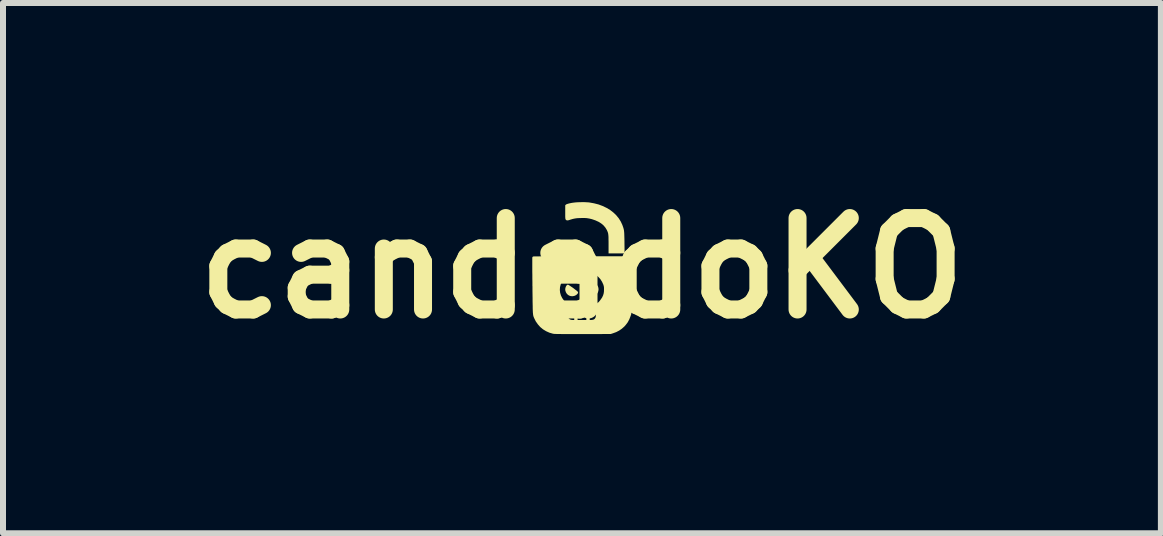
<source format=kicad_pcb>
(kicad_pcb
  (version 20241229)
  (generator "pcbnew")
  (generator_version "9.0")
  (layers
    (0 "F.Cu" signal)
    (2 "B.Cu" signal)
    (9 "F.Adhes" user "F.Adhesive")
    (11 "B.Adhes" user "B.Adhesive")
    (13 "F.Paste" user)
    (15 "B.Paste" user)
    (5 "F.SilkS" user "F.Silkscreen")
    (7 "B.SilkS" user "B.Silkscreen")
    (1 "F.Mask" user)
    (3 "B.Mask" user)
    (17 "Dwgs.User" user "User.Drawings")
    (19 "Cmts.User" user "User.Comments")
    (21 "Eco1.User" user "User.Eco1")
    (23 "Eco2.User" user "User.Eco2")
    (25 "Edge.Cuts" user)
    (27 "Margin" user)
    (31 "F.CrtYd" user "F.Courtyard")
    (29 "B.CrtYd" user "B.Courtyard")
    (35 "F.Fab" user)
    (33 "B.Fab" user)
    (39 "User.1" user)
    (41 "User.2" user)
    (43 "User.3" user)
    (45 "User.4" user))
  (footprint "candadoKO"
    (layer "F.Cu")
    (at 6.648 1.418)
    (property "Reference" "candadoKO" (at 0 0 0) (layer "F.SilkS") (effects (font (size 1.524 1.524) (thickness 0.3))))
    (attr board_only exclude_from_pos_files exclude_from_bom)
    (fp_poly (pts (xy -0.228 0.278) (xy -0.217 0.284) (xy -0.2 0.295) (xy -0.181 0.308) (xy -0.16 0.322) (xy -0.139 0.337) (xy -0.119 0.353) (xy -0.1 0.367) (xy -0.085 0.379) (xy -0.075 0.388) (xy -0.071 0.392) (xy -0.065 0.403) (xy -0.066 0.414) (xy -0.074 0.427) (xy -0.078 0.432) (xy -0.099 0.45) (xy -0.125 0.462) (xy -0.153 0.468) (xy -0.182 0.467) (xy -0.203 0.462) (xy -0.229 0.449) (xy -0.251 0.429) (xy -0.267 0.404) (xy -0.277 0.376) (xy -0.279 0.355) (xy -0.277 0.334) (xy -0.271 0.314) (xy -0.262 0.296) (xy -0.251 0.283) (xy -0.24 0.276) (xy -0.235 0.275)) (stroke (width 0) (type solid)) (fill yes) (layer "F.SilkS"))
    (fp_poly (pts (xy 0.246 0.279) (xy 0.257 0.29) (xy 0.267 0.307) (xy 0.273 0.327) (xy 0.276 0.351) (xy 0.276 0.356) (xy 0.272 0.384) (xy 0.262 0.411) (xy 0.245 0.434) (xy 0.224 0.452) (xy 0.2 0.464) (xy 0.199 0.464) (xy 0.17 0.468) (xy 0.141 0.467) (xy 0.115 0.459) (xy 0.114 0.458) (xy 0.095 0.447) (xy 0.079 0.433) (xy 0.069 0.419) (xy 0.065 0.405) (xy 0.068 0.393) (xy 0.068 0.393) (xy 0.073 0.387) (xy 0.084 0.378) (xy 0.099 0.367) (xy 0.118 0.353) (xy 0.138 0.338) (xy 0.16 0.323) (xy 0.181 0.308) (xy 0.2 0.296) (xy 0.216 0.285) (xy 0.227 0.278) (xy 0.234 0.275) (xy 0.234 0.275)) (stroke (width 0) (type solid)) (fill yes) (layer "F.SilkS"))
    (fp_poly (pts (xy 0.068 -1.098) (xy 0.104 -1.096) (xy 0.123 -1.094) (xy 0.201 -1.08) (xy 0.276 -1.061) (xy 0.345 -1.035) (xy 0.41 -1.004) (xy 0.47 -0.968) (xy 0.523 -0.927) (xy 0.571 -0.881) (xy 0.612 -0.831) (xy 0.646 -0.777) (xy 0.673 -0.719) (xy 0.675 -0.713) (xy 0.682 -0.693) (xy 0.688 -0.676) (xy 0.693 -0.659) (xy 0.697 -0.643) (xy 0.7 -0.626) (xy 0.702 -0.607) (xy 0.704 -0.585) (xy 0.705 -0.559) (xy 0.706 -0.527) (xy 0.707 -0.49) (xy 0.708 -0.446) (xy 0.708 -0.424) (xy 0.71 -0.245) (xy 0.443 -0.245) (xy 0.443 -0.399) (xy 0.443 -0.443) (xy 0.442 -0.479) (xy 0.442 -0.509) (xy 0.441 -0.534) (xy 0.439 -0.554) (xy 0.437 -0.571) (xy 0.434 -0.585) (xy 0.43 -0.598) (xy 0.425 -0.611) (xy 0.419 -0.625) (xy 0.415 -0.634) (xy 0.391 -0.674) (xy 0.36 -0.711) (xy 0.321 -0.744) (xy 0.276 -0.772) (xy 0.223 -0.796) (xy 0.165 -0.816) (xy 0.123 -0.826) (xy 0.104 -0.829) (xy 0.087 -0.832) (xy 0.068 -0.834) (xy 0.045 -0.835) (xy 0.017 -0.835) (xy 0 -0.835) (xy -0.044 -0.834) (xy -0.083 -0.832) (xy -0.118 -0.827) (xy -0.151 -0.82) (xy -0.186 -0.81) (xy -0.198 -0.806) (xy -0.223 -0.798) (xy -0.242 -0.795) (xy -0.256 -0.797) (xy -0.266 -0.803) (xy -0.273 -0.812) (xy -0.275 -0.818) (xy -0.277 -0.826) (xy -0.278 -0.839) (xy -0.279 -0.856) (xy -0.279 -0.879) (xy -0.279 -0.909) (xy -0.279 -0.936) (xy -0.279 -1.047) (xy -0.269 -1.057) (xy -0.262 -1.062) (xy -0.251 -1.067) (xy -0.235 -1.072) (xy -0.214 -1.078) (xy -0.186 -1.084) (xy -0.165 -1.088) (xy -0.135 -1.092) (xy -0.099 -1.096) (xy -0.058 -1.098) (xy -0.016 -1.099) (xy 0.027 -1.1)) (stroke (width 0) (type solid)) (fill yes) (layer "F.SilkS"))
    (fp_poly (pts (xy 0.818 -0.188) (xy 0.83 -0.178) (xy 0.826 0.292) (xy 0.822 0.763) (xy 0.81 0.799) (xy 0.789 0.853) (xy 0.763 0.902) (xy 0.73 0.946) (xy 0.704 0.975) (xy 0.663 1.011) (xy 0.619 1.041) (xy 0.571 1.066) (xy 0.516 1.086) (xy 0.479 1.098) (xy 0.013 1.099) (xy -0.062 1.099) (xy -0.129 1.099) (xy -0.188 1.099) (xy -0.241 1.099) (xy -0.286 1.099) (xy -0.325 1.099) (xy -0.359 1.098) (xy -0.388 1.098) (xy -0.411 1.098) (xy -0.431 1.097) (xy -0.447 1.097) (xy -0.459 1.096) (xy -0.469 1.095) (xy -0.477 1.094) (xy -0.482 1.093) (xy -0.483 1.093) (xy -0.542 1.076) (xy -0.598 1.051) (xy -0.649 1.02) (xy -0.695 0.982) (xy -0.735 0.937) (xy -0.77 0.887) (xy -0.796 0.835) (xy -0.8 0.826) (xy -0.803 0.818) (xy -0.806 0.81) (xy -0.809 0.803) (xy -0.811 0.794) (xy -0.813 0.784) (xy -0.815 0.772) (xy -0.816 0.758) (xy -0.818 0.742) (xy -0.819 0.721) (xy -0.82 0.697) (xy -0.821 0.669) (xy -0.821 0.636) (xy -0.822 0.597) (xy -0.823 0.552) (xy -0.823 0.501) (xy -0.824 0.443) (xy -0.825 0.377) (xy -0.825 0.364) (xy -0.369 0.364) (xy -0.364 0.41) (xy -0.351 0.455) (xy -0.33 0.498) (xy -0.3 0.54) (xy -0.269 0.573) (xy -0.234 0.606) (xy -0.232 0.715) (xy -0.231 0.749) (xy -0.231 0.775) (xy -0.23 0.795) (xy -0.229 0.809) (xy -0.228 0.82) (xy -0.226 0.827) (xy -0.224 0.832) (xy -0.221 0.836) (xy -0.221 0.837) (xy -0.205 0.852) (xy -0.184 0.861) (xy -0.157 0.864) (xy -0.156 0.864) (xy -0.129 0.864) (xy -0.129 0.773) (xy -0.129 0.743) (xy -0.129 0.72) (xy -0.128 0.704) (xy -0.127 0.692) (xy -0.126 0.685) (xy -0.124 0.68) (xy -0.122 0.676) (xy -0.12 0.675) (xy -0.11 0.668) (xy -0.101 0.666) (xy -0.09 0.669) (xy -0.082 0.675) (xy -0.079 0.678) (xy -0.077 0.682) (xy -0.075 0.689) (xy -0.074 0.699) (xy -0.073 0.713) (xy -0.073 0.734) (xy -0.073 0.761) (xy -0.073 0.773) (xy -0.073 0.864) (xy 0.073 0.864) (xy 0.073 0.772) (xy 0.073 0.741) (xy 0.073 0.718) (xy 0.074 0.702) (xy 0.074 0.69) (xy 0.076 0.683) (xy 0.077 0.678) (xy 0.08 0.675) (xy 0.083 0.673) (xy 0.098 0.667) (xy 0.112 0.669) (xy 0.118 0.672) (xy 0.121 0.675) (xy 0.123 0.679) (xy 0.125 0.685) (xy 0.126 0.695) (xy 0.127 0.709) (xy 0.127 0.73) (xy 0.128 0.757) (xy 0.128 0.771) (xy 0.129 0.864) (xy 0.156 0.864) (xy 0.181 0.861) (xy 0.201 0.854) (xy 0.216 0.84) (xy 0.222 0.829) (xy 0.225 0.823) (xy 0.228 0.817) (xy 0.229 0.809) (xy 0.231 0.799) (xy 0.231 0.786) (xy 0.232 0.767) (xy 0.232 0.743) (xy 0.232 0.711) (xy 0.232 0.606) (xy 0.25 0.589) (xy 0.261 0.579) (xy 0.268 0.573) (xy 0.271 0.572) (xy 0.276 0.568) (xy 0.284 0.559) (xy 0.294 0.547) (xy 0.306 0.532) (xy 0.317 0.516) (xy 0.327 0.502) (xy 0.335 0.49) (xy 0.337 0.486) (xy 0.352 0.454) (xy 0.361 0.424) (xy 0.366 0.392) (xy 0.367 0.357) (xy 0.367 0.333) (xy 0.366 0.315) (xy 0.363 0.3) (xy 0.359 0.285) (xy 0.356 0.275) (xy 0.334 0.227) (xy 0.306 0.183) (xy 0.271 0.145) (xy 0.23 0.112) (xy 0.182 0.084) (xy 0.128 0.062) (xy 0.113 0.058) (xy 0.082 0.05) (xy 0.045 0.046) (xy 0.007 0.043) (xy -0.031 0.044) (xy -0.065 0.047) (xy -0.068 0.047) (xy -0.121 0.059) (xy -0.171 0.078) (xy -0.217 0.104) (xy -0.258 0.134) (xy -0.294 0.169) (xy -0.324 0.209) (xy -0.347 0.252) (xy -0.354 0.27) (xy -0.366 0.317) (xy -0.369 0.364) (xy -0.825 0.364) (xy -0.825 0.304) (xy -0.826 0.296) (xy -0.826 0.233) (xy -0.827 0.173) (xy -0.827 0.116) (xy -0.828 0.062) (xy -0.828 0.012) (xy -0.828 -0.034) (xy -0.828 -0.074) (xy -0.828 -0.108) (xy -0.828 -0.137) (xy -0.828 -0.158) (xy -0.828 -0.172) (xy -0.828 -0.178) (xy -0.828 -0.178) (xy -0.821 -0.189) (xy -0.814 -0.194) (xy -0.808 -0.194) (xy -0.794 -0.195) (xy -0.772 -0.195) (xy -0.741 -0.195) (xy -0.703 -0.196) (xy -0.657 -0.196) (xy -0.604 -0.197) (xy -0.543 -0.197) (xy -0.475 -0.197) (xy -0.401 -0.197) (xy -0.319 -0.197) (xy -0.231 -0.198) (xy -0.137 -0.198) (xy -0.036 -0.198) (xy 0.002 -0.198) (xy 0.807 -0.198)) (stroke (width 0) (type solid)) (fill yes) (layer "F.SilkS")))
  (gr_rect
    (start -3 -3)
    (end 16.295 5.836)
    (stroke (width 0.1) (type default))
    (fill no)
    (layer "Edge.Cuts")))
</source>
